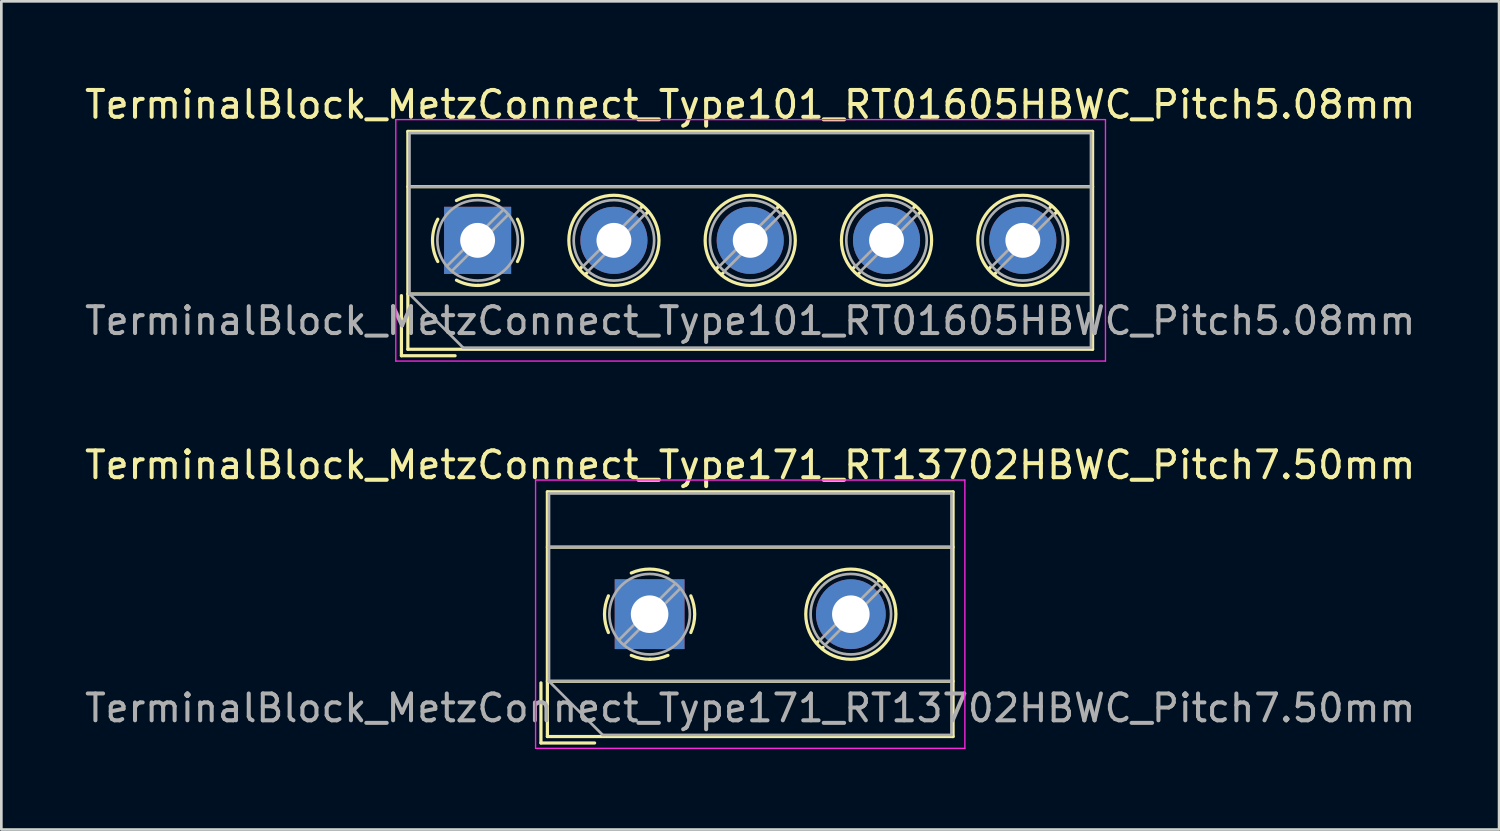
<source format=kicad_pcb>
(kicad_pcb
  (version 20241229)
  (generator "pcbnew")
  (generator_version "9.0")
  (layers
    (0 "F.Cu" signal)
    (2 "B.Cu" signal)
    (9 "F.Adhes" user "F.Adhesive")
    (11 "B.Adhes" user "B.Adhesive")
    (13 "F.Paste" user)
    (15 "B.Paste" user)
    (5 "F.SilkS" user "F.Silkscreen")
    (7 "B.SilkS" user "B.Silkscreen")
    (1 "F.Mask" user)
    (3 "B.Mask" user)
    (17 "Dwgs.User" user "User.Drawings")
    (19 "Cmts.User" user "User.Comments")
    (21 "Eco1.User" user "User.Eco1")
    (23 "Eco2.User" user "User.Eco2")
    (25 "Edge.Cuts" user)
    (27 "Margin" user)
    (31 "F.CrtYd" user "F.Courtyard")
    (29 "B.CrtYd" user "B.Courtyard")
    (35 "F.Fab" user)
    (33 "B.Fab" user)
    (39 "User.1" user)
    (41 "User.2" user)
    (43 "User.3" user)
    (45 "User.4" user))
  (footprint "TerminalBlock_MetzConnect_Type171_RT13702HBWC_Pitch7.50mm"
    (layer "F.Cu")
    (at 21.161 19.841)
    (property "Reference" "TerminalBlock_MetzConnect_Type171_RT13702HBWC_Pitch7.50mm" (at 3.75 -5.56 0) (layer "F.SilkS") (effects (font (size 1 1) (thickness 0.15))))
    (attr through_hole)
    (fp_line (start -4.05 2.56) (end -4.05 4.8) (stroke (width 0.12) (type solid)) (layer "F.SilkS"))
    (fp_line (start -4.05 4.8) (end -2.05 4.8) (stroke (width 0.12) (type solid)) (layer "F.SilkS"))
    (fp_line (start -3.81 -4.56) (end -3.81 4.56) (stroke (width 0.12) (type solid)) (layer "F.SilkS"))
    (fp_line (start -3.81 -2.5) (end 11.31 -2.5) (stroke (width 0.12) (type solid)) (layer "F.SilkS"))
    (fp_line (start -3.81 2.5) (end 11.31 2.5) (stroke (width 0.12) (type solid)) (layer "F.SilkS"))
    (fp_line (start -3.81 4.56) (end 11.31 4.56) (stroke (width 0.12) (type solid)) (layer "F.SilkS"))
    (fp_line (start 6.273 1.023) (end 6.226 1.069) (stroke (width 0.12) (type solid)) (layer "F.SilkS"))
    (fp_line (start 6.466 1.239) (end 6.431 1.274) (stroke (width 0.12) (type solid)) (layer "F.SilkS"))
    (fp_line (start 8.57 -1.275) (end 8.535 -1.239) (stroke (width 0.12) (type solid)) (layer "F.SilkS"))
    (fp_line (start 8.775 -1.069) (end 8.728 -1.023) (stroke (width 0.12) (type solid)) (layer "F.SilkS"))
    (fp_line (start 11.31 -4.56) (end -3.81 -4.56) (stroke (width 0.12) (type solid)) (layer "F.SilkS"))
    (fp_line (start 11.31 4.56) (end 11.31 -4.56) (stroke (width 0.12) (type solid)) (layer "F.SilkS"))
    (fp_arc (start -1.535427 0.683042) (mid -1.680501 -0.000524) (end -1.535 -0.684) (stroke (width 0.12) (type solid)) (layer "F.SilkS"))
    (fp_arc (start -0.683042 -1.535427) (mid 0.000524 -1.680501) (end 0.684 -1.535) (stroke (width 0.12) (type solid)) (layer "F.SilkS"))
    (fp_arc (start 0.028805 1.680253) (mid -0.335551 1.646659) (end -0.684 1.535) (stroke (width 0.12) (type solid)) (layer "F.SilkS"))
    (fp_arc (start 0.683318 1.534756) (mid 0.349292 1.643288) (end 0 1.68) (stroke (width 0.12) (type solid)) (layer "F.SilkS"))
    (fp_arc (start 1.535427 -0.683042) (mid 1.680501 0.000524) (end 1.535 0.684) (stroke (width 0.12) (type solid)) (layer "F.SilkS"))
    (fp_circle (center 7.5 0) (end 9.18 0) (stroke (width 0.12) (type solid)) (fill no) (layer "F.SilkS"))
    (fp_line (start -4.25 -5) (end -4.25 5) (stroke (width 0.05) (type solid)) (layer "F.CrtYd"))
    (fp_line (start -4.25 5) (end 11.75 5) (stroke (width 0.05) (type solid)) (layer "F.CrtYd"))
    (fp_line (start 11.75 -5) (end -4.25 -5) (stroke (width 0.05) (type solid)) (layer "F.CrtYd"))
    (fp_line (start 11.75 5) (end 11.75 -5) (stroke (width 0.05) (type solid)) (layer "F.CrtYd"))
    (fp_line (start -3.75 -4.5) (end 11.25 -4.5) (stroke (width 0.1) (type solid)) (layer "F.Fab"))
    (fp_line (start -3.75 -2.5) (end 11.25 -2.5) (stroke (width 0.1) (type solid)) (layer "F.Fab"))
    (fp_line (start -3.75 2.5) (end -3.75 -4.5) (stroke (width 0.1) (type solid)) (layer "F.Fab"))
    (fp_line (start -3.75 2.5) (end 11.25 2.5) (stroke (width 0.1) (type solid)) (layer "F.Fab"))
    (fp_line (start -1.75 4.5) (end -3.75 2.5) (stroke (width 0.1) (type solid)) (layer "F.Fab"))
    (fp_line (start 0.955 -1.138) (end -1.138 0.955) (stroke (width 0.1) (type solid)) (layer "F.Fab"))
    (fp_line (start 1.138 -0.955) (end -0.955 1.138) (stroke (width 0.1) (type solid)) (layer "F.Fab"))
    (fp_line (start 8.455 -1.138) (end 6.363 0.955) (stroke (width 0.1) (type solid)) (layer "F.Fab"))
    (fp_line (start 8.638 -0.955) (end 6.546 1.138) (stroke (width 0.1) (type solid)) (layer "F.Fab"))
    (fp_line (start 11.25 -4.5) (end 11.25 4.5) (stroke (width 0.1) (type solid)) (layer "F.Fab"))
    (fp_line (start 11.25 4.5) (end -1.75 4.5) (stroke (width 0.1) (type solid)) (layer "F.Fab"))
    (fp_circle (center 0 0) (end 1.5 0) (stroke (width 0.1) (type solid)) (fill no) (layer "F.Fab"))
    (fp_circle (center 7.5 0) (end 9 0) (stroke (width 0.1) (type solid)) (fill no) (layer "F.Fab"))
    (fp_text user "${REFERENCE}" (at 3.75 3.5 0) (layer "F.Fab") (effects (font (size 1 1) (thickness 0.15))))
    (pad "1" thru_hole rect (at 0 0) (size 2.6 2.6) (drill 1.4) (layers "*.Cu" "*.Mask"))
    (pad "2" thru_hole circle (at 7.5 0) (size 2.6 2.6) (drill 1.4) (layers "*.Cu" "*.Mask")))
  (footprint "TerminalBlock_MetzConnect_Type101_RT01605HBWC_Pitch5.08mm"
    (layer "F.Cu")
    (at 14.751 5.908)
    (property "Reference" "TerminalBlock_MetzConnect_Type101_RT01605HBWC_Pitch5.08mm" (at 10.16 -5.06 0) (layer "F.SilkS") (effects (font (size 1 1) (thickness 0.15))))
    (attr through_hole)
    (fp_line (start -2.84 2.06) (end -2.84 4.3) (stroke (width 0.12) (type solid)) (layer "F.SilkS"))
    (fp_line (start -2.84 4.3) (end -0.84 4.3) (stroke (width 0.12) (type solid)) (layer "F.SilkS"))
    (fp_line (start -2.6 -4.06) (end -2.6 4.06) (stroke (width 0.12) (type solid)) (layer "F.SilkS"))
    (fp_line (start -2.6 -2) (end 22.92 -2) (stroke (width 0.12) (type solid)) (layer "F.SilkS"))
    (fp_line (start -2.6 2) (end 22.92 2) (stroke (width 0.12) (type solid)) (layer "F.SilkS"))
    (fp_line (start -2.6 4.06) (end 22.92 4.06) (stroke (width 0.12) (type solid)) (layer "F.SilkS"))
    (fp_line (start 3.9 0.976) (end 3.806 1.069) (stroke (width 0.12) (type solid)) (layer "F.SilkS"))
    (fp_line (start 4.07 1.216) (end 4.011 1.274) (stroke (width 0.12) (type solid)) (layer "F.SilkS"))
    (fp_line (start 6.15 -1.275) (end 6.091 -1.216) (stroke (width 0.12) (type solid)) (layer "F.SilkS"))
    (fp_line (start 6.355 -1.069) (end 6.261 -0.976) (stroke (width 0.12) (type solid)) (layer "F.SilkS"))
    (fp_line (start 8.98 0.976) (end 8.886 1.069) (stroke (width 0.12) (type solid)) (layer "F.SilkS"))
    (fp_line (start 9.15 1.216) (end 9.091 1.274) (stroke (width 0.12) (type solid)) (layer "F.SilkS"))
    (fp_line (start 11.23 -1.275) (end 11.171 -1.216) (stroke (width 0.12) (type solid)) (layer "F.SilkS"))
    (fp_line (start 11.435 -1.069) (end 11.341 -0.976) (stroke (width 0.12) (type solid)) (layer "F.SilkS"))
    (fp_line (start 14.06 0.976) (end 13.966 1.069) (stroke (width 0.12) (type solid)) (layer "F.SilkS"))
    (fp_line (start 14.23 1.216) (end 14.171 1.274) (stroke (width 0.12) (type solid)) (layer "F.SilkS"))
    (fp_line (start 16.31 -1.275) (end 16.251 -1.216) (stroke (width 0.12) (type solid)) (layer "F.SilkS"))
    (fp_line (start 16.515 -1.069) (end 16.421 -0.976) (stroke (width 0.12) (type solid)) (layer "F.SilkS"))
    (fp_line (start 19.14 0.976) (end 19.046 1.069) (stroke (width 0.12) (type solid)) (layer "F.SilkS"))
    (fp_line (start 19.31 1.216) (end 19.251 1.274) (stroke (width 0.12) (type solid)) (layer "F.SilkS"))
    (fp_line (start 21.39 -1.275) (end 21.331 -1.216) (stroke (width 0.12) (type solid)) (layer "F.SilkS"))
    (fp_line (start 21.595 -1.069) (end 21.501 -0.976) (stroke (width 0.12) (type solid)) (layer "F.SilkS"))
    (fp_line (start 22.92 -4.06) (end -2.6 -4.06) (stroke (width 0.12) (type solid)) (layer "F.SilkS"))
    (fp_line (start 22.92 4.06) (end 22.92 -4.06) (stroke (width 0.12) (type solid)) (layer "F.SilkS"))
    (fp_arc (start -1.483953 0.789089) (mid -1.680708 0.00005) (end -1.484 -0.789) (stroke (width 0.12) (type solid)) (layer "F.SilkS"))
    (fp_arc (start -0.789089 -1.483953) (mid -0.00005 -1.680708) (end 0.789 -1.484) (stroke (width 0.12) (type solid)) (layer "F.SilkS"))
    (fp_arc (start 0.029383 1.68045) (mid -0.392304 1.634281) (end -0.789 1.484) (stroke (width 0.12) (type solid)) (layer "F.SilkS"))
    (fp_arc (start 0.788712 1.483352) (mid 0.406429 1.630097) (end 0 1.68) (stroke (width 0.12) (type solid)) (layer "F.SilkS"))
    (fp_arc (start 1.483953 -0.789089) (mid 1.680708 -0.00005) (end 1.484 0.789) (stroke (width 0.12) (type solid)) (layer "F.SilkS"))
    (fp_circle (center 5.08 0) (end 6.76 0) (stroke (width 0.12) (type solid)) (fill no) (layer "F.SilkS"))
    (fp_circle (center 10.16 0) (end 11.84 0) (stroke (width 0.12) (type solid)) (fill no) (layer "F.SilkS"))
    (fp_circle (center 15.24 0) (end 16.92 0) (stroke (width 0.12) (type solid)) (fill no) (layer "F.SilkS"))
    (fp_circle (center 20.32 0) (end 22 0) (stroke (width 0.12) (type solid)) (fill no) (layer "F.SilkS"))
    (fp_line (start -3.05 -4.5) (end -3.05 4.5) (stroke (width 0.05) (type solid)) (layer "F.CrtYd"))
    (fp_line (start -3.05 4.5) (end 23.4 4.5) (stroke (width 0.05) (type solid)) (layer "F.CrtYd"))
    (fp_line (start 23.4 -4.5) (end -3.05 -4.5) (stroke (width 0.05) (type solid)) (layer "F.CrtYd"))
    (fp_line (start 23.4 4.5) (end 23.4 -4.5) (stroke (width 0.05) (type solid)) (layer "F.CrtYd"))
    (fp_line (start -2.54 -4) (end 22.86 -4) (stroke (width 0.1) (type solid)) (layer "F.Fab"))
    (fp_line (start -2.54 -2) (end 22.86 -2) (stroke (width 0.1) (type solid)) (layer "F.Fab"))
    (fp_line (start -2.54 2) (end -2.54 -4) (stroke (width 0.1) (type solid)) (layer "F.Fab"))
    (fp_line (start -2.54 2) (end 22.86 2) (stroke (width 0.1) (type solid)) (layer "F.Fab"))
    (fp_line (start -0.54 4) (end -2.54 2) (stroke (width 0.1) (type solid)) (layer "F.Fab"))
    (fp_line (start 0.955 -1.138) (end -1.138 0.955) (stroke (width 0.1) (type solid)) (layer "F.Fab"))
    (fp_line (start 1.138 -0.955) (end -0.955 1.138) (stroke (width 0.1) (type solid)) (layer "F.Fab"))
    (fp_line (start 6.035 -1.138) (end 3.943 0.955) (stroke (width 0.1) (type solid)) (layer "F.Fab"))
    (fp_line (start 6.218 -0.955) (end 4.126 1.138) (stroke (width 0.1) (type solid)) (layer "F.Fab"))
    (fp_line (start 11.115 -1.138) (end 9.023 0.955) (stroke (width 0.1) (type solid)) (layer "F.Fab"))
    (fp_line (start 11.298 -0.955) (end 9.206 1.138) (stroke (width 0.1) (type solid)) (layer "F.Fab"))
    (fp_line (start 16.195 -1.138) (end 14.103 0.955) (stroke (width 0.1) (type solid)) (layer "F.Fab"))
    (fp_line (start 16.378 -0.955) (end 14.286 1.138) (stroke (width 0.1) (type solid)) (layer "F.Fab"))
    (fp_line (start 21.275 -1.138) (end 19.183 0.955) (stroke (width 0.1) (type solid)) (layer "F.Fab"))
    (fp_line (start 21.458 -0.955) (end 19.366 1.138) (stroke (width 0.1) (type solid)) (layer "F.Fab"))
    (fp_line (start 22.86 -4) (end 22.86 4) (stroke (width 0.1) (type solid)) (layer "F.Fab"))
    (fp_line (start 22.86 4) (end -0.54 4) (stroke (width 0.1) (type solid)) (layer "F.Fab"))
    (fp_circle (center 0 0) (end 1.5 0) (stroke (width 0.1) (type solid)) (fill no) (layer "F.Fab"))
    (fp_circle (center 5.08 0) (end 6.58 0) (stroke (width 0.1) (type solid)) (fill no) (layer "F.Fab"))
    (fp_circle (center 10.16 0) (end 11.66 0) (stroke (width 0.1) (type solid)) (fill no) (layer "F.Fab"))
    (fp_circle (center 15.24 0) (end 16.74 0) (stroke (width 0.1) (type solid)) (fill no) (layer "F.Fab"))
    (fp_circle (center 20.32 0) (end 21.82 0) (stroke (width 0.1) (type solid)) (fill no) (layer "F.Fab"))
    (fp_text user "${REFERENCE}" (at 10.16 3 0) (layer "F.Fab") (effects (font (size 1 1) (thickness 0.15))))
    (pad "1" thru_hole rect (at 0 0) (size 2.5 2.5) (drill 1.3) (layers "*.Cu" "*.Mask"))
    (pad "2" thru_hole circle (at 5.08 0) (size 2.5 2.5) (drill 1.3) (layers "*.Cu" "*.Mask"))
    (pad "3" thru_hole circle (at 10.16 0) (size 2.5 2.5) (drill 1.3) (layers "*.Cu" "*.Mask"))
    (pad "4" thru_hole circle (at 15.24 0) (size 2.5 2.5) (drill 1.3) (layers "*.Cu" "*.Mask"))
    (pad "5" thru_hole circle (at 20.32 0) (size 2.5 2.5) (drill 1.3) (layers "*.Cu" "*.Mask")))
  (gr_rect
    (start -3 -3)
    (end 52.821 27.866)
    (stroke (width 0.1) (type default))
    (fill no)
    (layer "Edge.Cuts")))
</source>
